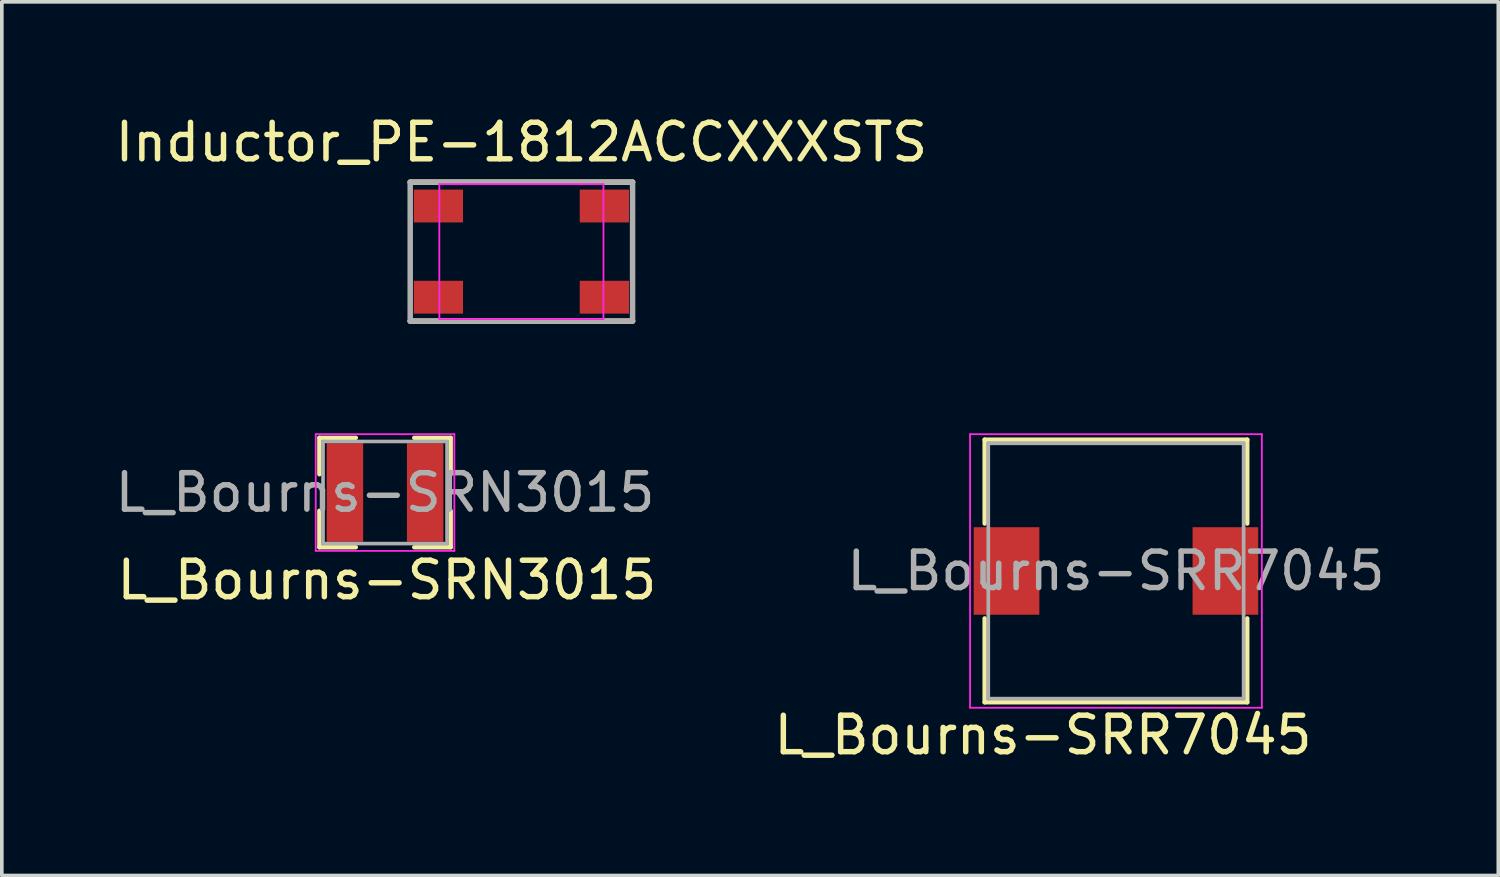
<source format=kicad_pcb>
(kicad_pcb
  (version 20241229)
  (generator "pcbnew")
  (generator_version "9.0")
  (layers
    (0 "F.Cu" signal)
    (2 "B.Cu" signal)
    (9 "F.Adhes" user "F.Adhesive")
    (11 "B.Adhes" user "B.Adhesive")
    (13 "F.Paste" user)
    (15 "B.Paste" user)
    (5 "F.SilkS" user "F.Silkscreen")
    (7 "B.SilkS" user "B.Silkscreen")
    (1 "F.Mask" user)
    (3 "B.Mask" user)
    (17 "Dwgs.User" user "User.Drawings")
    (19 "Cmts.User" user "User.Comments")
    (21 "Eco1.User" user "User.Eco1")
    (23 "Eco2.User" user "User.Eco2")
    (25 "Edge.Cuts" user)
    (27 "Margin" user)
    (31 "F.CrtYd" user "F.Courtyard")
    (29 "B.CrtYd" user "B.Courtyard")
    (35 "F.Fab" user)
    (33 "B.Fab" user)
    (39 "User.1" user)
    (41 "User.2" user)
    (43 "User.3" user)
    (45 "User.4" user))
  (footprint "Inductor_PE-1812ACCXXXSTS"
    (layer "F.Cu")
    (at 11.244 3.848)
    (property "Reference" "Inductor_PE-1812ACCXXXSTS" (at 0 -3 0) (layer "F.SilkS") (effects (font (size 1 1) (thickness 0.15))))
    (attr smd)
    (fp_line (start -3.048 -1.905) (end 3.048 -1.905) (stroke (width 0.15) (type solid)) (layer "F.SilkS"))
    (fp_line (start -3.048 1.905) (end 3.048 1.905) (stroke (width 0.15) (type solid)) (layer "F.SilkS"))
    (fp_line (start -2.25 -1.85) (end -2.25 1.85) (stroke (width 0.05) (type solid)) (layer "F.CrtYd"))
    (fp_line (start -2.25 1.85) (end 2.25 1.85) (stroke (width 0.05) (type solid)) (layer "F.CrtYd"))
    (fp_line (start 2.25 -1.85) (end -2.25 -1.85) (stroke (width 0.05) (type solid)) (layer "F.CrtYd"))
    (fp_line (start 2.25 1.85) (end 2.25 -1.85) (stroke (width 0.05) (type solid)) (layer "F.CrtYd"))
    (fp_line (start -3.048 -1.905) (end -3.048 1.905) (stroke (width 0.15) (type solid)) (layer "F.Fab"))
    (fp_line (start -3.048 1.905) (end 3.048 1.905) (stroke (width 0.15) (type solid)) (layer "F.Fab"))
    (fp_line (start 3.048 -1.905) (end -3.048 -1.905) (stroke (width 0.15) (type solid)) (layer "F.Fab"))
    (fp_line (start 3.048 1.905) (end 3.048 -1.905) (stroke (width 0.15) (type solid)) (layer "F.Fab"))
    (pad "1" smd rect (at -2.275 1.25) (size 1.35 0.9) (layers "F.Cu" "F.Mask" "F.Paste"))
    (pad "2" smd rect (at -2.275 -1.25) (size 1.35 0.9) (layers "F.Cu" "F.Mask" "F.Paste"))
    (pad "3" smd rect (at 2.275 -1.25) (size 1.35 0.9) (layers "F.Cu" "F.Mask" "F.Paste"))
    (pad "4" smd rect (at 2.275 1.25) (size 1.35 0.9) (layers "F.Cu" "F.Mask" "F.Paste")))
  (footprint "L_Bourns-SRN3015"
    (layer "F.Cu")
    (at 7.506 10.453)
    (property "Reference" "L_Bourns-SRN3015" (at 0.05 2.4 0) (layer "F.SilkS") (effects (font (size 1 1) (thickness 0.15))))
    (attr smd)
    (fp_line (start -1.8 -1.5) (end -1.8 -0.5) (stroke (width 0.12) (type solid)) (layer "F.SilkS"))
    (fp_line (start -1.8 -1.5) (end -0.8 -1.5) (stroke (width 0.12) (type solid)) (layer "F.SilkS"))
    (fp_line (start -1.8 1.5) (end -1.8 0.5) (stroke (width 0.12) (type solid)) (layer "F.SilkS"))
    (fp_line (start -1.8 1.5) (end -0.8 1.5) (stroke (width 0.12) (type solid)) (layer "F.SilkS"))
    (fp_line (start 1.8 -1.5) (end 0.8 -1.5) (stroke (width 0.12) (type solid)) (layer "F.SilkS"))
    (fp_line (start 1.8 -1.5) (end 1.8 -0.5) (stroke (width 0.12) (type solid)) (layer "F.SilkS"))
    (fp_line (start 1.8 1.5) (end 0.8 1.5) (stroke (width 0.12) (type solid)) (layer "F.SilkS"))
    (fp_line (start 1.8 1.5) (end 1.8 0.5) (stroke (width 0.12) (type solid)) (layer "F.SilkS"))
    (fp_line (start -1.9 -1.6) (end -1.9 1.6) (stroke (width 0.05) (type solid)) (layer "F.CrtYd"))
    (fp_line (start -1.9 -1.6) (end 1.9 -1.6) (stroke (width 0.05) (type solid)) (layer "F.CrtYd"))
    (fp_line (start -1.9 1.6) (end 1.9 1.6) (stroke (width 0.05) (type solid)) (layer "F.CrtYd"))
    (fp_line (start 1.9 -1.6) (end 1.9 1.6) (stroke (width 0.05) (type solid)) (layer "F.CrtYd"))
    (fp_line (start -1.7 -1.4) (end -1.7 1.4) (stroke (width 0.1) (type solid)) (layer "F.Fab"))
    (fp_line (start -1.7 -1.4) (end 1.7 -1.4) (stroke (width 0.1) (type solid)) (layer "F.Fab"))
    (fp_line (start 1.7 -1.4) (end 1.7 1.4) (stroke (width 0.1) (type solid)) (layer "F.Fab"))
    (fp_line (start 1.7 1.4) (end -1.7 1.4) (stroke (width 0.1) (type solid)) (layer "F.Fab"))
    (fp_text user "${REFERENCE}" (at 0 0 0) (layer "F.Fab") (effects (font (size 1 1) (thickness 0.15))))
    (pad "1" smd rect (at -1.1 0) (size 1 2.7) (layers "F.Cu" "F.Mask" "F.Paste"))
    (pad "2" smd rect (at 1.1 0) (size 1 2.7) (layers "F.Cu" "F.Mask" "F.Paste")))
  (footprint "L_Bourns-SRR7045"
    (layer "F.Cu")
    (at 27.544 12.603)
    (property "Reference" "L_Bourns-SRR7045" (at -2 4.5 0) (layer "F.SilkS") (effects (font (size 1 1) (thickness 0.15))))
    (attr smd)
    (fp_line (start -3.6 -3.6) (end -3.6 -1.3) (stroke (width 0.12) (type solid)) (layer "F.SilkS"))
    (fp_line (start -3.6 3.6) (end -3.6 1.3) (stroke (width 0.12) (type solid)) (layer "F.SilkS"))
    (fp_line (start -3.6 3.6) (end 3.6 3.6) (stroke (width 0.12) (type solid)) (layer "F.SilkS"))
    (fp_line (start 3.6 -3.6) (end -3.6 -3.6) (stroke (width 0.12) (type solid)) (layer "F.SilkS"))
    (fp_line (start 3.6 -3.6) (end 3.6 -1.3) (stroke (width 0.12) (type solid)) (layer "F.SilkS"))
    (fp_line (start 3.6 3.6) (end 3.6 1.3) (stroke (width 0.12) (type solid)) (layer "F.SilkS"))
    (fp_line (start -4 -3.75) (end -4 3.75) (stroke (width 0.05) (type solid)) (layer "F.CrtYd"))
    (fp_line (start -4 -3.75) (end 4 -3.75) (stroke (width 0.05) (type solid)) (layer "F.CrtYd"))
    (fp_line (start -4 3.75) (end 4 3.75) (stroke (width 0.05) (type solid)) (layer "F.CrtYd"))
    (fp_line (start 4 -3.75) (end 4 3.75) (stroke (width 0.05) (type solid)) (layer "F.CrtYd"))
    (fp_line (start -3.5 -3.5) (end -3.5 3.5) (stroke (width 0.1) (type solid)) (layer "F.Fab"))
    (fp_line (start -3.5 -3.5) (end 3.5 -3.5) (stroke (width 0.1) (type solid)) (layer "F.Fab"))
    (fp_line (start 3.5 -3.5) (end 3.5 3.5) (stroke (width 0.1) (type solid)) (layer "F.Fab"))
    (fp_line (start 3.5 3.5) (end -3.5 3.5) (stroke (width 0.1) (type solid)) (layer "F.Fab"))
    (fp_text user "${REFERENCE}" (at 0 0 0) (layer "F.Fab") (effects (font (size 1 1) (thickness 0.15))))
    (pad "1" smd rect (at -3 0) (size 1.8 2.4) (layers "F.Cu" "F.Mask" "F.Paste"))
    (pad "2" smd rect (at 3 0) (size 1.8 2.4) (layers "F.Cu" "F.Mask" "F.Paste")))
  (gr_rect
    (start -3 -3)
    (end 38.026 20.951)
    (stroke (width 0.1) (type default))
    (fill no)
    (layer "Edge.Cuts")))
</source>
